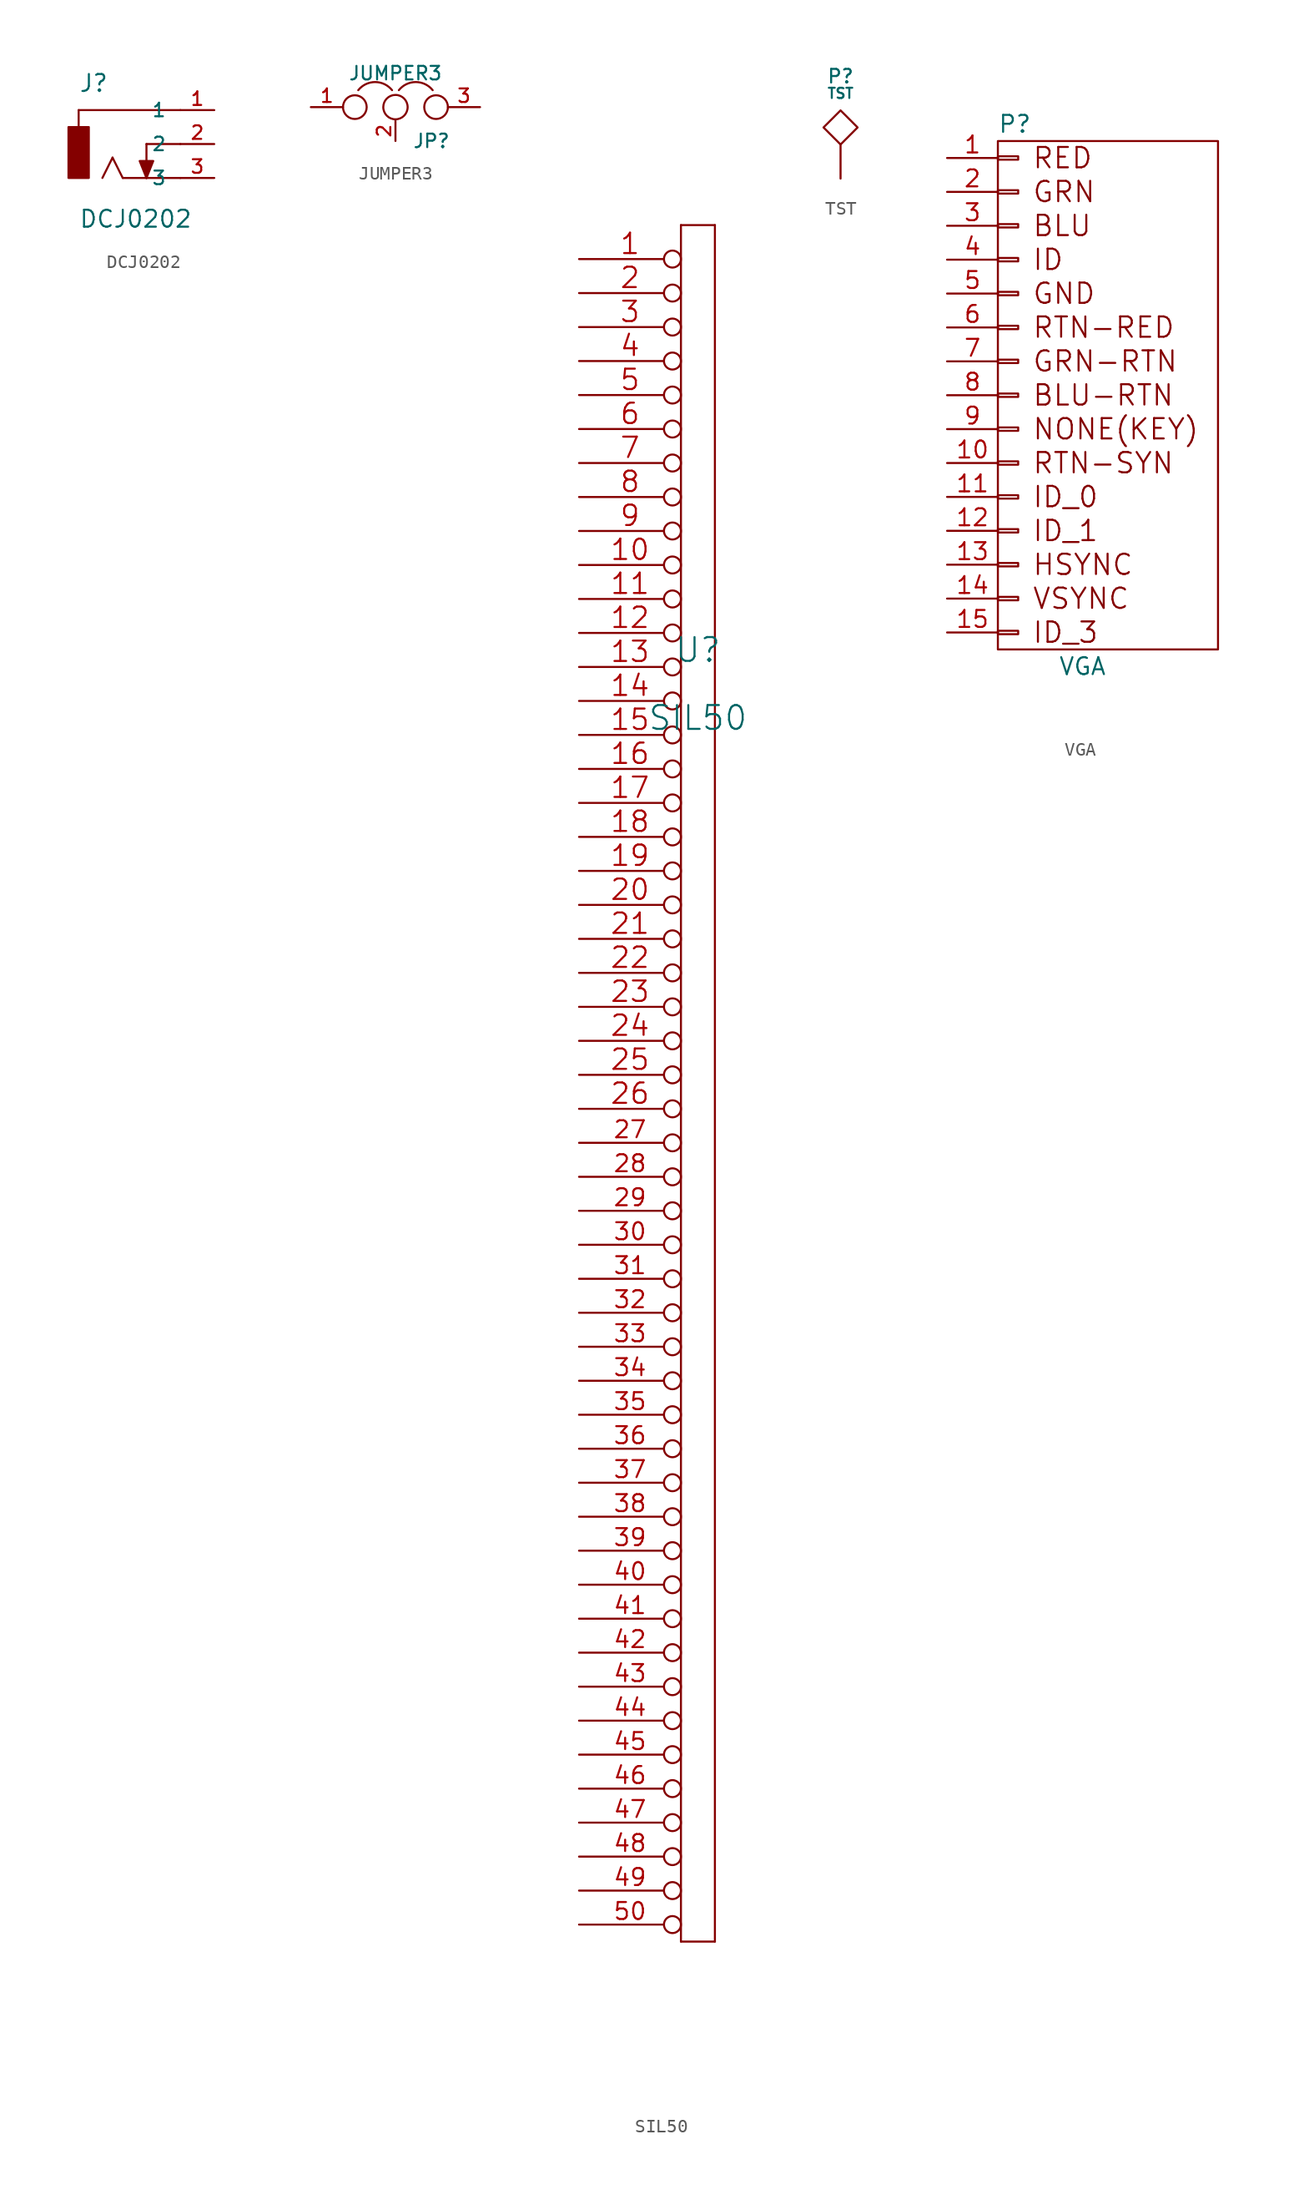
<source format=kicad_sym>
(kicad_symbol_lib
  (version 20211014)
  (generator kicad_symbol_editor)
  (symbol "DCJ0202"
    (pin_names
      (offset 1.016))
    (property "Reference" "J"
      (at -2.54 3.81 0)
      (effects (font (size 1.27 1.27)) (justify left bottom)))
    (property "Value" "DCJ0202"
      (at -2.54 -6.35 0)
      (effects (font (size 1.27 1.27)) (justify left bottom)))
    (property "Datasheet" ""
      (at 0 0 0)
      (effects (font (size 1.524 1.524))))
    (symbol "DCJ0202_1_0"
      (polyline (pts (xy -2.54 2.54) (xy -2.54 1.27)) (stroke (width 0) (type default) (color 0 0 0 0)) (fill (type none)))
      (polyline (pts (xy 0 -1.016) (xy -0.762 -2.54)) (stroke (width 0) (type default) (color 0 0 0 0)) (fill (type none)))
      (polyline (pts (xy 0.762 -2.54) (xy 0 -1.016)) (stroke (width 0) (type default) (color 0 0 0 0)) (fill (type none)))
      (polyline (pts (xy 2.54 -2.54) (xy 0.762 -2.54)) (stroke (width 0) (type default) (color 0 0 0 0)) (fill (type none)))
      (polyline (pts (xy 2.54 0) (xy 2.54 -2.54)) (stroke (width 0) (type default) (color 0 0 0 0)) (fill (type none)))
      (polyline (pts (xy 5.08 -2.54) (xy 2.54 -2.54)) (stroke (width 0) (type default) (color 0 0 0 0)) (fill (type none)))
      (polyline (pts (xy 5.08 0) (xy 2.54 0)) (stroke (width 0) (type default) (color 0 0 0 0)) (fill (type none)))
      (polyline (pts (xy 5.08 2.54) (xy -2.54 2.54)) (stroke (width 0) (type default) (color 0 0 0 0)) (fill (type none))))
    (symbol "DCJ0202_1_1"
      (rectangle (start -3.302 -2.54) (end -1.778 1.27) (stroke (width 0) (type default) (color 0 0 0 0)) (fill (type outline)))
      (polyline (pts (xy 2.54 -2.54) (xy 2.032 -1.27) (xy 2.032 -1.27) (xy 3.048 -1.27) (xy 3.048 -1.27) (xy 2.54 -2.54)) (stroke (width 0) (type default) (color 0 0 0 0)) (fill (type outline)))
      (pin passive line (at 7.62 2.54 180) (length 2.54) (name "1" (effects (font (size 1.016 1.016)))) (number "1" (effects (font (size 1.016 1.016)))))
      (pin passive line (at 7.62 0 180) (length 2.54) (name "2" (effects (font (size 1.016 1.016)))) (number "2" (effects (font (size 1.016 1.016)))))
      (pin passive line (at 7.62 -2.54 180) (length 2.54) (name "3" (effects (font (size 1.016 1.016)))) (number "3" (effects (font (size 1.016 1.016)))))))
  (symbol "JUMPER3"
    (pin_names
      (offset 0.762) hide)
    (property "Reference" "JP"
      (at 1.27 -2.54 0)
      (effects (font (size 1.016 1.016)) (justify left)))
    (property "Value" "JUMPER3"
      (at 0 2.54 0)
      (effects (font (size 1.016 1.016))))
    (property "Footprint" ""
      (at 0 0 0)
      (effects (font (size 1.524 1.524))))
    (property "Datasheet" ""
      (at 0 0 0)
      (effects (font (size 1.524 1.524))))
    (symbol "JUMPER3_0_1"
      (circle (center -3.048 0) (radius 0.889) (stroke (width 0) (type default) (color 0 0 0 0)) (fill (type none)))
      (arc (start -0.254 1.27) (mid -1.524 1.8804) (end -2.794 1.27) (stroke (width 0) (type default) (color 0 0 0 0)) (fill (type none)))
      (circle (center 0 0) (radius 0.914) (stroke (width 0) (type default) (color 0 0 0 0)) (fill (type none)))
      (arc (start 2.794 1.27) (mid 1.524 1.8804) (end 0.254 1.27) (stroke (width 0) (type default) (color 0 0 0 0)) (fill (type none)))
      (circle (center 3.048 0) (radius 0.889) (stroke (width 0) (type default) (color 0 0 0 0)) (fill (type none)))
      (pin passive line (at -6.35 0 0) (length 2.413) (name "1" (effects (font (size 1.016 1.016)))) (number "1" (effects (font (size 1.016 1.016)))))
      (pin passive line (at 0 -2.54 90) (length 1.524) (name "2" (effects (font (size 1.016 1.016)))) (number "2" (effects (font (size 1.016 1.016)))))
      (pin passive line (at 6.35 0 180) (length 2.413) (name "3" (effects (font (size 1.016 1.016)))) (number "3" (effects (font (size 1.016 1.016)))))))
  (symbol "SIL50"
    (pin_names
      (offset 1.016) hide)
    (property "Reference" "U"
      (at -1.27 33.02 0)
      (effects (font (size 1.778 1.778))))
    (property "Value" "SIL50"
      (at -1.27 27.94 0)
      (effects (font (size 1.778 1.778))))
    (property "Footprint" ""
      (at 0 0 0)
      (effects (font (size 1.524 1.524))))
    (property "Datasheet" ""
      (at 0 0 0)
      (effects (font (size 1.524 1.524))))
    (symbol "SIL50_0_1"
      (rectangle (start -2.54 -63.5) (end 0 -63.5) (stroke (width 0) (type default) (color 0 0 0 0)) (fill (type none)))
      (polyline (pts (xy -2.54 64.77) (xy -2.54 -63.5)) (stroke (width 0) (type default) (color 0 0 0 0)) (fill (type none)))
      (polyline (pts (xy 0 -63.5) (xy 0 64.77)) (stroke (width 0) (type default) (color 0 0 0 0)) (fill (type none)))
      (polyline (pts (xy 0 64.77) (xy -2.54 64.77)) (stroke (width 0) (type default) (color 0 0 0 0)) (fill (type none))))
    (symbol "SIL50_1_1"
      (pin passive inverted (at -10.16 62.23 0) (length 7.62) (name "1" (effects (font (size 1.524 1.524)))) (number "1" (effects (font (size 1.524 1.524)))))
      (pin passive inverted (at -10.16 39.37 0) (length 7.62) (name "10" (effects (font (size 1.524 1.524)))) (number "10" (effects (font (size 1.524 1.524)))))
      (pin passive inverted (at -10.16 36.83 0) (length 7.62) (name "11" (effects (font (size 1.524 1.524)))) (number "11" (effects (font (size 1.524 1.524)))))
      (pin passive inverted (at -10.16 34.29 0) (length 7.62) (name "12" (effects (font (size 1.524 1.524)))) (number "12" (effects (font (size 1.524 1.524)))))
      (pin passive inverted (at -10.16 31.75 0) (length 7.62) (name "13" (effects (font (size 1.524 1.524)))) (number "13" (effects (font (size 1.524 1.524)))))
      (pin passive inverted (at -10.16 29.21 0) (length 7.62) (name "14" (effects (font (size 1.524 1.524)))) (number "14" (effects (font (size 1.524 1.524)))))
      (pin passive inverted (at -10.16 26.67 0) (length 7.62) (name "15" (effects (font (size 1.524 1.524)))) (number "15" (effects (font (size 1.524 1.524)))))
      (pin passive inverted (at -10.16 24.13 0) (length 7.62) (name "16" (effects (font (size 1.524 1.524)))) (number "16" (effects (font (size 1.524 1.524)))))
      (pin passive inverted (at -10.16 21.59 0) (length 7.62) (name "17" (effects (font (size 1.524 1.524)))) (number "17" (effects (font (size 1.524 1.524)))))
      (pin passive inverted (at -10.16 19.05 0) (length 7.62) (name "18" (effects (font (size 1.524 1.524)))) (number "18" (effects (font (size 1.524 1.524)))))
      (pin passive inverted (at -10.16 16.51 0) (length 7.62) (name "19" (effects (font (size 1.524 1.524)))) (number "19" (effects (font (size 1.524 1.524)))))
      (pin passive inverted (at -10.16 59.69 0) (length 7.62) (name "2" (effects (font (size 1.524 1.524)))) (number "2" (effects (font (size 1.524 1.524)))))
      (pin passive inverted (at -10.16 13.97 0) (length 7.62) (name "20" (effects (font (size 1.524 1.524)))) (number "20" (effects (font (size 1.524 1.524)))))
      (pin passive inverted (at -10.16 11.43 0) (length 7.62) (name "21" (effects (font (size 1.524 1.524)))) (number "21" (effects (font (size 1.524 1.524)))))
      (pin passive inverted (at -10.16 8.89 0) (length 7.62) (name "22" (effects (font (size 1.524 1.524)))) (number "22" (effects (font (size 1.524 1.524)))))
      (pin passive inverted (at -10.16 6.35 0) (length 7.62) (name "23" (effects (font (size 1.524 1.524)))) (number "23" (effects (font (size 1.524 1.524)))))
      (pin passive inverted (at -10.16 3.81 0) (length 7.62) (name "24" (effects (font (size 1.524 1.524)))) (number "24" (effects (font (size 1.524 1.524)))))
      (pin passive inverted (at -10.16 1.27 0) (length 7.62) (name "25" (effects (font (size 1.524 1.524)))) (number "25" (effects (font (size 1.524 1.524)))))
      (pin passive inverted (at -10.16 -1.27 0) (length 7.62) (name "26" (effects (font (size 1.524 1.524)))) (number "26" (effects (font (size 1.524 1.524)))))
      (pin input inverted (at -10.16 -3.81 0) (length 7.62) (name "~" (effects (font (size 1.27 1.27)))) (number "27" (effects (font (size 1.27 1.27)))))
      (pin input inverted (at -10.16 -6.35 0) (length 7.62) (name "~" (effects (font (size 1.27 1.27)))) (number "28" (effects (font (size 1.27 1.27)))))
      (pin input inverted (at -10.16 -8.89 0) (length 7.62) (name "~" (effects (font (size 1.27 1.27)))) (number "29" (effects (font (size 1.27 1.27)))))
      (pin passive inverted (at -10.16 57.15 0) (length 7.62) (name "3" (effects (font (size 1.524 1.524)))) (number "3" (effects (font (size 1.524 1.524)))))
      (pin input inverted (at -10.16 -11.43 0) (length 7.62) (name "~" (effects (font (size 1.27 1.27)))) (number "30" (effects (font (size 1.27 1.27)))))
      (pin input inverted (at -10.16 -13.97 0) (length 7.62) (name "~" (effects (font (size 1.27 1.27)))) (number "31" (effects (font (size 1.27 1.27)))))
      (pin input inverted (at -10.16 -16.51 0) (length 7.62) (name "~" (effects (font (size 1.27 1.27)))) (number "32" (effects (font (size 1.27 1.27)))))
      (pin input inverted (at -10.16 -19.05 0) (length 7.62) (name "~" (effects (font (size 1.27 1.27)))) (number "33" (effects (font (size 1.27 1.27)))))
      (pin input inverted (at -10.16 -21.59 0) (length 7.62) (name "~" (effects (font (size 1.27 1.27)))) (number "34" (effects (font (size 1.27 1.27)))))
      (pin input inverted (at -10.16 -24.13 0) (length 7.62) (name "~" (effects (font (size 1.27 1.27)))) (number "35" (effects (font (size 1.27 1.27)))))
      (pin input inverted (at -10.16 -26.67 0) (length 7.62) (name "~" (effects (font (size 1.27 1.27)))) (number "36" (effects (font (size 1.27 1.27)))))
      (pin input inverted (at -10.16 -29.21 0) (length 7.62) (name "~" (effects (font (size 1.27 1.27)))) (number "37" (effects (font (size 1.27 1.27)))))
      (pin input inverted (at -10.16 -31.75 0) (length 7.62) (name "~" (effects (font (size 1.27 1.27)))) (number "38" (effects (font (size 1.27 1.27)))))
      (pin input inverted (at -10.16 -34.29 0) (length 7.62) (name "~" (effects (font (size 1.27 1.27)))) (number "39" (effects (font (size 1.27 1.27)))))
      (pin passive inverted (at -10.16 54.61 0) (length 7.62) (name "4" (effects (font (size 1.524 1.524)))) (number "4" (effects (font (size 1.524 1.524)))))
      (pin input inverted (at -10.16 -36.83 0) (length 7.62) (name "~" (effects (font (size 1.27 1.27)))) (number "40" (effects (font (size 1.27 1.27)))))
      (pin input inverted (at -10.16 -39.37 0) (length 7.62) (name "~" (effects (font (size 1.27 1.27)))) (number "41" (effects (font (size 1.27 1.27)))))
      (pin input inverted (at -10.16 -41.91 0) (length 7.62) (name "~" (effects (font (size 1.27 1.27)))) (number "42" (effects (font (size 1.27 1.27)))))
      (pin input inverted (at -10.16 -44.45 0) (length 7.62) (name "~" (effects (font (size 1.27 1.27)))) (number "43" (effects (font (size 1.27 1.27)))))
      (pin input inverted (at -10.16 -46.99 0) (length 7.62) (name "~" (effects (font (size 1.27 1.27)))) (number "44" (effects (font (size 1.27 1.27)))))
      (pin input inverted (at -10.16 -49.53 0) (length 7.62) (name "~" (effects (font (size 1.27 1.27)))) (number "45" (effects (font (size 1.27 1.27)))))
      (pin input inverted (at -10.16 -52.07 0) (length 7.62) (name "~" (effects (font (size 1.27 1.27)))) (number "46" (effects (font (size 1.27 1.27)))))
      (pin input inverted (at -10.16 -54.61 0) (length 7.62) (name "~" (effects (font (size 1.27 1.27)))) (number "47" (effects (font (size 1.27 1.27)))))
      (pin input inverted (at -10.16 -57.15 0) (length 7.62) (name "~" (effects (font (size 1.27 1.27)))) (number "48" (effects (font (size 1.27 1.27)))))
      (pin input inverted (at -10.16 -59.69 0) (length 7.62) (name "~" (effects (font (size 1.27 1.27)))) (number "49" (effects (font (size 1.27 1.27)))))
      (pin passive inverted (at -10.16 52.07 0) (length 7.62) (name "5" (effects (font (size 1.524 1.524)))) (number "5" (effects (font (size 1.524 1.524)))))
      (pin input inverted (at -10.16 -62.23 0) (length 7.62) (name "~" (effects (font (size 1.27 1.27)))) (number "50" (effects (font (size 1.27 1.27)))))
      (pin passive inverted (at -10.16 49.53 0) (length 7.62) (name "6" (effects (font (size 1.524 1.524)))) (number "6" (effects (font (size 1.524 1.524)))))
      (pin passive inverted (at -10.16 46.99 0) (length 7.62) (name "7" (effects (font (size 1.524 1.524)))) (number "7" (effects (font (size 1.524 1.524)))))
      (pin passive inverted (at -10.16 44.45 0) (length 7.62) (name "8" (effects (font (size 1.524 1.524)))) (number "8" (effects (font (size 1.524 1.524)))))
      (pin passive inverted (at -10.16 41.91 0) (length 7.62) (name "9" (effects (font (size 1.524 1.524)))) (number "9" (effects (font (size 1.524 1.524)))))))
  (symbol "TST"
    (pin_numbers hide)
    (pin_names
      (offset 1.016) hide)
    (property "Reference" "P"
      (at 0 7.62 0)
      (effects (font (size 1.016 1.016))))
    (property "Value" "TST"
      (at 0 6.35 0)
      (effects (font (size 0.762 0.762))))
    (property "Footprint" ""
      (at 0 0 0)
      (effects (font (size 1.524 1.524))))
    (property "Datasheet" ""
      (at 0 0 0)
      (effects (font (size 1.524 1.524))))
    (symbol "TST_0_1"
      (polyline (pts (xy 0 5.08) (xy -1.27 3.81) (xy 0 2.54) (xy 1.27 3.81) (xy 0 5.08) (xy 0 5.08)) (stroke (width 0) (type default) (color 0 0 0 0)) (fill (type none))))
    (symbol "TST_1_1"
      (pin passive line (at 0 0 90) (length 2.54) (name "~" (effects (font (size 1.016 1.016)))) (number "1" (effects (font (size 1.016 1.016)))))))
  (symbol "VGA"
    (pin_names
      (offset 1.016) hide)
    (property "Reference" "P"
      (at -6.35 20.32 0)
      (effects (font (size 1.27 1.27))))
    (property "Value" "VGA"
      (at -1.27 -20.32 0)
      (effects (font (size 1.27 1.27))))
    (property "Footprint" ""
      (at -6.35 0 0)
      (effects (font (size 1.524 1.524))))
    (property "Datasheet" ""
      (at -6.35 0 0)
      (effects (font (size 1.524 1.524))))
    (symbol "VGA_0_0"
      (text "BLU" (at -5.08 12.7 0) (effects (font (size 1.524 1.524)) (justify left)))
      (text "BLU-RTN" (at -5.08 0 0) (effects (font (size 1.524 1.524)) (justify left)))
      (text "GND" (at -5.08 7.62 0) (effects (font (size 1.524 1.524)) (justify left)))
      (text "GRN" (at -5.08 15.24 0) (effects (font (size 1.524 1.524)) (justify left)))
      (text "GRN-RTN" (at -5.08 2.54 0) (effects (font (size 1.524 1.524)) (justify left)))
      (text "HSYNC" (at -5.08 -12.7 0) (effects (font (size 1.524 1.524)) (justify left)))
      (text "ID" (at -5.08 10.16 0) (effects (font (size 1.524 1.524)) (justify left)))
      (text "ID_0" (at -5.08 -7.62 0) (effects (font (size 1.524 1.524)) (justify left)))
      (text "ID_1" (at -5.08 -10.16 0) (effects (font (size 1.524 1.524)) (justify left)))
      (text "ID_3" (at -5.08 -17.78 0) (effects (font (size 1.524 1.524)) (justify left)))
      (text "NONE(KEY)" (at -5.08 -2.54 0) (effects (font (size 1.524 1.524)) (justify left)))
      (text "RED" (at -5.08 17.78 0) (effects (font (size 1.524 1.524)) (justify left)))
      (text "RTN-RED" (at -5.08 5.08 0) (effects (font (size 1.524 1.524)) (justify left)))
      (text "RTN-SYN" (at -5.08 -5.08 0) (effects (font (size 1.524 1.524)) (justify left)))
      (text "VSYNC" (at -5.08 -15.24 0) (effects (font (size 1.524 1.524)) (justify left))))
    (symbol "VGA_0_1"
      (rectangle (start -7.62 -17.653) (end -6.096 -17.907) (stroke (width 0) (type default) (color 0 0 0 0)) (fill (type none)))
      (rectangle (start -7.62 -15.113) (end -6.096 -15.367) (stroke (width 0) (type default) (color 0 0 0 0)) (fill (type none)))
      (rectangle (start -7.62 -12.573) (end -6.096 -12.827) (stroke (width 0) (type default) (color 0 0 0 0)) (fill (type none)))
      (rectangle (start -7.62 -10.033) (end -6.096 -10.287) (stroke (width 0) (type default) (color 0 0 0 0)) (fill (type none)))
      (rectangle (start -7.62 -7.493) (end -6.096 -7.747) (stroke (width 0) (type default) (color 0 0 0 0)) (fill (type none)))
      (rectangle (start -7.62 -4.953) (end -6.096 -5.207) (stroke (width 0) (type default) (color 0 0 0 0)) (fill (type none)))
      (rectangle (start -7.62 -2.413) (end -6.096 -2.667) (stroke (width 0) (type default) (color 0 0 0 0)) (fill (type none)))
      (rectangle (start -7.62 0.127) (end -6.096 -0.127) (stroke (width 0) (type default) (color 0 0 0 0)) (fill (type none)))
      (rectangle (start -7.62 2.667) (end -6.096 2.413) (stroke (width 0) (type default) (color 0 0 0 0)) (fill (type none)))
      (rectangle (start -7.62 5.207) (end -6.096 4.953) (stroke (width 0) (type default) (color 0 0 0 0)) (fill (type none)))
      (rectangle (start -7.62 7.747) (end -6.096 7.493) (stroke (width 0) (type default) (color 0 0 0 0)) (fill (type none)))
      (rectangle (start -7.62 10.287) (end -6.096 10.033) (stroke (width 0) (type default) (color 0 0 0 0)) (fill (type none)))
      (rectangle (start -7.62 12.827) (end -6.096 12.573) (stroke (width 0) (type default) (color 0 0 0 0)) (fill (type none)))
      (rectangle (start -7.62 15.367) (end -6.096 15.113) (stroke (width 0) (type default) (color 0 0 0 0)) (fill (type none)))
      (rectangle (start -7.62 17.907) (end -6.096 17.653) (stroke (width 0) (type default) (color 0 0 0 0)) (fill (type none)))
      (rectangle (start -7.62 19.05) (end 8.89 -19.05) (stroke (width 0) (type default) (color 0 0 0 0)) (fill (type none))))
    (symbol "VGA_1_1"
      (pin passive line (at -11.43 17.78 0) (length 3.81) (name "P1" (effects (font (size 1.27 1.27)))) (number "1" (effects (font (size 1.27 1.27)))))
      (pin passive line (at -11.43 -5.08 0) (length 3.81) (name "P10" (effects (font (size 1.27 1.27)))) (number "10" (effects (font (size 1.27 1.27)))))
      (pin passive line (at -11.43 -7.62 0) (length 3.81) (name "P11" (effects (font (size 1.27 1.27)))) (number "11" (effects (font (size 1.27 1.27)))))
      (pin passive line (at -11.43 -10.16 0) (length 3.81) (name "P12" (effects (font (size 1.27 1.27)))) (number "12" (effects (font (size 1.27 1.27)))))
      (pin passive line (at -11.43 -12.7 0) (length 3.81) (name "P13" (effects (font (size 1.27 1.27)))) (number "13" (effects (font (size 1.27 1.27)))))
      (pin passive line (at -11.43 -15.24 0) (length 3.81) (name "P14" (effects (font (size 1.27 1.27)))) (number "14" (effects (font (size 1.27 1.27)))))
      (pin passive line (at -11.43 -17.78 0) (length 3.81) (name "P15" (effects (font (size 1.27 1.27)))) (number "15" (effects (font (size 1.27 1.27)))))
      (pin passive line (at -11.43 15.24 0) (length 3.81) (name "P2" (effects (font (size 1.27 1.27)))) (number "2" (effects (font (size 1.27 1.27)))))
      (pin passive line (at -11.43 12.7 0) (length 3.81) (name "P3" (effects (font (size 1.27 1.27)))) (number "3" (effects (font (size 1.27 1.27)))))
      (pin passive line (at -11.43 10.16 0) (length 3.81) (name "P4" (effects (font (size 1.27 1.27)))) (number "4" (effects (font (size 1.27 1.27)))))
      (pin passive line (at -11.43 7.62 0) (length 3.81) (name "P5" (effects (font (size 1.27 1.27)))) (number "5" (effects (font (size 1.27 1.27)))))
      (pin passive line (at -11.43 5.08 0) (length 3.81) (name "P6" (effects (font (size 1.27 1.27)))) (number "6" (effects (font (size 1.27 1.27)))))
      (pin passive line (at -11.43 2.54 0) (length 3.81) (name "P7" (effects (font (size 1.27 1.27)))) (number "7" (effects (font (size 1.27 1.27)))))
      (pin passive line (at -11.43 0 0) (length 3.81) (name "P8" (effects (font (size 1.27 1.27)))) (number "8" (effects (font (size 1.27 1.27)))))
      (pin passive line (at -11.43 -2.54 0) (length 3.81) (name "P9" (effects (font (size 1.27 1.27)))) (number "9" (effects (font (size 1.27 1.27))))))))
</source>
